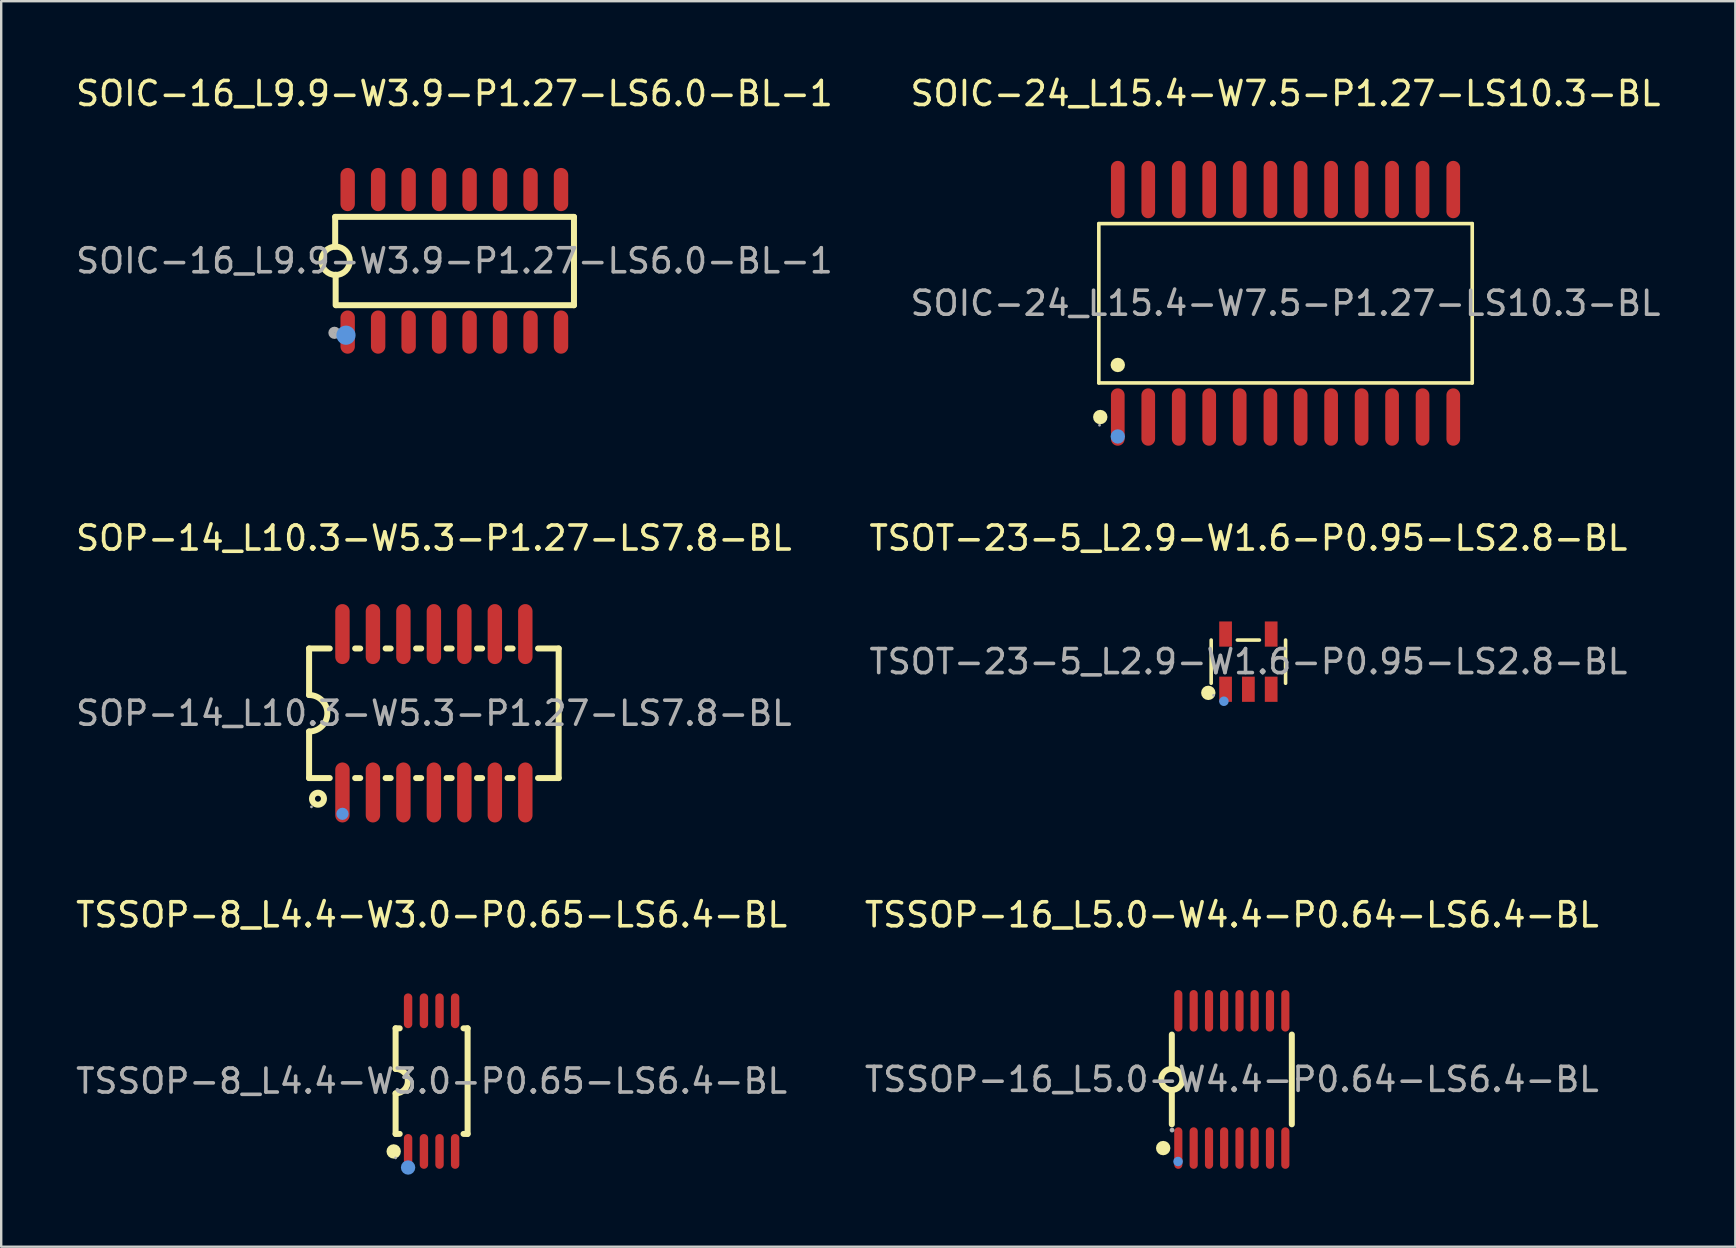
<source format=kicad_pcb>
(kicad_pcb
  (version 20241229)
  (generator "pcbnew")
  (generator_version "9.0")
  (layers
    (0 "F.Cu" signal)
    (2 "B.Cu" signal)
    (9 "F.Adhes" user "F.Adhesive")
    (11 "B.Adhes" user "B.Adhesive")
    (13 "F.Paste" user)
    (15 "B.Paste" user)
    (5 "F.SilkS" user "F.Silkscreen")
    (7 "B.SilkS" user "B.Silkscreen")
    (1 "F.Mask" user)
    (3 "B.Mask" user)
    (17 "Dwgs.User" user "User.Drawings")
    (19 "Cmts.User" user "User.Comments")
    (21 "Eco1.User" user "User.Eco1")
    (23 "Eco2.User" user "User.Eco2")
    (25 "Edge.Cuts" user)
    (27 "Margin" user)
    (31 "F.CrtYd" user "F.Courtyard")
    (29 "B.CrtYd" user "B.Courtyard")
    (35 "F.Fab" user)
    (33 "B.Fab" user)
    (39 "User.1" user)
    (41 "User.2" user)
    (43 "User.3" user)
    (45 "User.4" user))
  (footprint "TSSOP-16_L5.0-W4.4-P0.64-LS6.4-BL"
    (layer "F.Cu")
    (at 48.28 41.93)
    (property "Reference" "TSSOP-16_L5.0-W4.4-P0.64-LS6.4-BL" (at 0 -6.86 0) (layer "F.SilkS") (effects (font (size 1 1) (thickness 0.15))))
    (attr through_hole)
    (fp_line (start -2.5 -1.87) (end -2.5 -0.44) (stroke (width 0.25) (type solid)) (layer "F.SilkS"))
    (fp_line (start -2.5 1.87) (end -2.5 0.44) (stroke (width 0.25) (type solid)) (layer "F.SilkS"))
    (fp_line (start 2.5 -1.87) (end 2.5 1.87) (stroke (width 0.25) (type solid)) (layer "F.SilkS"))
    (fp_arc (start -2.492321 -0.439933) (mid -2.50384 0.439983) (end -2.5 -0.44) (stroke (width 0.25) (type solid)) (layer "F.SilkS"))
    (fp_circle (center -2.86 2.86) (end -2.71 2.86) (stroke (width 0.3) (type solid)) (fill no) (layer "F.SilkS"))
    (fp_circle (center -2.24 3.42) (end -2.14 3.42) (stroke (width 0.2) (type solid)) (fill no) (layer "Cmts.User"))
    (fp_circle (center -2.49 2.11) (end -2.44 2.11) (stroke (width 0.1) (type solid)) (fill no) (layer "F.Fab"))
    (fp_text user "${REFERENCE}" (at 0 0 0) (layer "F.Fab") (effects (font (size 1 1) (thickness 0.15))))
    (pad "1" smd oval (at -2.23 2.86) (size 0.34 1.73) (layers "F.Cu" "F.Mask" "F.Paste"))
    (pad "2" smd oval (at -1.59 2.86) (size 0.34 1.73) (layers "F.Cu" "F.Mask" "F.Paste"))
    (pad "3" smd oval (at -0.95 2.86) (size 0.34 1.73) (layers "F.Cu" "F.Mask" "F.Paste"))
    (pad "4" smd oval (at -0.32 2.86) (size 0.34 1.73) (layers "F.Cu" "F.Mask" "F.Paste"))
    (pad "5" smd oval (at 0.32 2.86) (size 0.34 1.73) (layers "F.Cu" "F.Mask" "F.Paste"))
    (pad "6" smd oval (at 0.95 2.86) (size 0.34 1.73) (layers "F.Cu" "F.Mask" "F.Paste"))
    (pad "7" smd oval (at 1.59 2.86) (size 0.34 1.73) (layers "F.Cu" "F.Mask" "F.Paste"))
    (pad "8" smd oval (at 2.23 2.86) (size 0.34 1.73) (layers "F.Cu" "F.Mask" "F.Paste"))
    (pad "9" smd oval (at 2.23 -2.86) (size 0.34 1.73) (layers "F.Cu" "F.Mask" "F.Paste"))
    (pad "10" smd oval (at 1.59 -2.86) (size 0.34 1.73) (layers "F.Cu" "F.Mask" "F.Paste"))
    (pad "11" smd oval (at 0.95 -2.86) (size 0.34 1.73) (layers "F.Cu" "F.Mask" "F.Paste"))
    (pad "12" smd oval (at 0.32 -2.86) (size 0.34 1.73) (layers "F.Cu" "F.Mask" "F.Paste"))
    (pad "13" smd oval (at -0.32 -2.86) (size 0.34 1.73) (layers "F.Cu" "F.Mask" "F.Paste"))
    (pad "14" smd oval (at -0.95 -2.86) (size 0.34 1.73) (layers "F.Cu" "F.Mask" "F.Paste"))
    (pad "15" smd oval (at -1.59 -2.86) (size 0.34 1.73) (layers "F.Cu" "F.Mask" "F.Paste"))
    (pad "16" smd oval (at -2.23 -2.86) (size 0.34 1.73) (layers "F.Cu" "F.Mask" "F.Paste")))
  (footprint "SOP-14_L10.3-W5.3-P1.27-LS7.8-BL"
    (layer "F.Cu")
    (at 15.03 26.672)
    (property "Reference" "SOP-14_L10.3-W5.3-P1.27-LS7.8-BL" (at 0 -7.3 0) (layer "F.SilkS") (effects (font (size 1 1) (thickness 0.15))))
    (attr through_hole)
    (fp_line (start -5.2 -2.7) (end -5.2 -0.76) (stroke (width 0.25) (type solid)) (layer "F.SilkS"))
    (fp_line (start -5.2 -2.7) (end -4.34 -2.7) (stroke (width 0.25) (type solid)) (layer "F.SilkS"))
    (fp_line (start -5.2 2.7) (end -5.2 0.76) (stroke (width 0.25) (type solid)) (layer "F.SilkS"))
    (fp_line (start -4.34 2.7) (end -5.2 2.7) (stroke (width 0.25) (type solid)) (layer "F.SilkS"))
    (fp_line (start -3.28 -2.7) (end -3.07 -2.7) (stroke (width 0.25) (type solid)) (layer "F.SilkS"))
    (fp_line (start -3.07 2.7) (end -3.28 2.7) (stroke (width 0.25) (type solid)) (layer "F.SilkS"))
    (fp_line (start -2.01 -2.7) (end -1.8 -2.7) (stroke (width 0.25) (type solid)) (layer "F.SilkS"))
    (fp_line (start -1.8 2.7) (end -2.01 2.7) (stroke (width 0.25) (type solid)) (layer "F.SilkS"))
    (fp_line (start -0.74 -2.7) (end -0.53 -2.7) (stroke (width 0.25) (type solid)) (layer "F.SilkS"))
    (fp_line (start -0.53 2.7) (end -0.74 2.7) (stroke (width 0.25) (type solid)) (layer "F.SilkS"))
    (fp_line (start 0.53 -2.7) (end 0.74 -2.7) (stroke (width 0.25) (type solid)) (layer "F.SilkS"))
    (fp_line (start 0.74 2.7) (end 0.53 2.7) (stroke (width 0.25) (type solid)) (layer "F.SilkS"))
    (fp_line (start 1.8 -2.7) (end 2.01 -2.7) (stroke (width 0.25) (type solid)) (layer "F.SilkS"))
    (fp_line (start 2.01 2.7) (end 1.8 2.7) (stroke (width 0.25) (type solid)) (layer "F.SilkS"))
    (fp_line (start 3.07 -2.7) (end 3.28 -2.7) (stroke (width 0.25) (type solid)) (layer "F.SilkS"))
    (fp_line (start 3.28 2.7) (end 3.07 2.7) (stroke (width 0.25) (type solid)) (layer "F.SilkS"))
    (fp_line (start 4.34 -2.7) (end 5.2 -2.7) (stroke (width 0.25) (type solid)) (layer "F.SilkS"))
    (fp_line (start 5.2 2.7) (end 4.34 2.7) (stroke (width 0.25) (type solid)) (layer "F.SilkS"))
    (fp_line (start 5.2 2.7) (end 5.2 -2.7) (stroke (width 0.25) (type solid)) (layer "F.SilkS"))
    (fp_arc (start -5.2 -0.76) (mid -4.44 0) (end -5.2 0.76) (stroke (width 0.25) (type solid)) (layer "F.SilkS"))
    (fp_circle (center -4.83 3.56) (end -4.58 3.56) (stroke (width 0.25) (type solid)) (fill no) (layer "F.SilkS"))
    (fp_circle (center -3.81 4.19) (end -3.68 4.19) (stroke (width 0.25) (type solid)) (fill no) (layer "Cmts.User"))
    (fp_circle (center -5.1 3.9) (end -5.07 3.9) (stroke (width 0.06) (type solid)) (fill no) (layer "F.Fab"))
    (fp_text user "${REFERENCE}" (at 0 0 0) (layer "F.Fab") (effects (font (size 1 1) (thickness 0.15))))
    (pad "1" smd oval (at -3.81 3.3) (size 0.6 2.5) (layers "F.Cu" "F.Mask" "F.Paste"))
    (pad "2" smd oval (at -2.54 3.3) (size 0.6 2.5) (layers "F.Cu" "F.Mask" "F.Paste"))
    (pad "3" smd oval (at -1.27 3.3) (size 0.6 2.5) (layers "F.Cu" "F.Mask" "F.Paste"))
    (pad "4" smd oval (at 0 3.3) (size 0.6 2.5) (layers "F.Cu" "F.Mask" "F.Paste"))
    (pad "5" smd oval (at 1.27 3.3) (size 0.6 2.5) (layers "F.Cu" "F.Mask" "F.Paste"))
    (pad "6" smd oval (at 2.54 3.3) (size 0.6 2.5) (layers "F.Cu" "F.Mask" "F.Paste"))
    (pad "7" smd oval (at 3.81 3.3) (size 0.6 2.5) (layers "F.Cu" "F.Mask" "F.Paste"))
    (pad "8" smd oval (at 3.81 -3.3) (size 0.6 2.5) (layers "F.Cu" "F.Mask" "F.Paste"))
    (pad "9" smd oval (at 2.54 -3.3) (size 0.6 2.5) (layers "F.Cu" "F.Mask" "F.Paste"))
    (pad "10" smd oval (at 1.27 -3.3) (size 0.6 2.5) (layers "F.Cu" "F.Mask" "F.Paste"))
    (pad "11" smd oval (at 0 -3.3) (size 0.6 2.5) (layers "F.Cu" "F.Mask" "F.Paste"))
    (pad "12" smd oval (at -1.27 -3.3) (size 0.6 2.5) (layers "F.Cu" "F.Mask" "F.Paste"))
    (pad "13" smd oval (at -2.54 -3.3) (size 0.6 2.5) (layers "F.Cu" "F.Mask" "F.Paste"))
    (pad "14" smd oval (at -3.81 -3.3) (size 0.6 2.5) (layers "F.Cu" "F.Mask" "F.Paste")))
  (footprint "TSOT-23-5_L2.9-W1.6-P0.95-LS2.8-BL"
    (layer "F.Cu")
    (at 48.97 24.521)
    (property "Reference" "TSOT-23-5_L2.9-W1.6-P0.95-LS2.8-BL" (at 0 -5.15 0) (layer "F.SilkS") (effects (font (size 1 1) (thickness 0.15))))
    (attr through_hole)
    (fp_line (start -1.55 0.9) (end -1.55 -0.9) (stroke (width 0.15) (type solid)) (layer "F.SilkS"))
    (fp_line (start 0.46 -0.9) (end -0.46 -0.9) (stroke (width 0.15) (type solid)) (layer "F.SilkS"))
    (fp_line (start 1.55 0.9) (end 1.55 -0.9) (stroke (width 0.15) (type solid)) (layer "F.SilkS"))
    (fp_circle (center -1.67 1.3) (end -1.52 1.3) (stroke (width 0.3) (type solid)) (fill no) (layer "F.SilkS"))
    (fp_circle (center -1.02 1.65) (end -0.92 1.65) (stroke (width 0.2) (type solid)) (fill no) (layer "Cmts.User"))
    (fp_circle (center -1.45 1.4) (end -1.42 1.4) (stroke (width 0.06) (type solid)) (fill no) (layer "F.Fab"))
    (fp_text user "${REFERENCE}" (at 0 0 0) (layer "F.Fab") (effects (font (size 1 1) (thickness 0.15))))
    (pad "1" smd rect (at -0.95 1.15) (size 0.53 1.05) (layers "F.Cu" "F.Mask" "F.Paste"))
    (pad "2" smd rect (at 0 1.15) (size 0.53 1.05) (layers "F.Cu" "F.Mask" "F.Paste"))
    (pad "3" smd rect (at 0.95 1.15) (size 0.53 1.05) (layers "F.Cu" "F.Mask" "F.Paste"))
    (pad "4" smd rect (at 0.95 -1.15) (size 0.53 1.05) (layers "F.Cu" "F.Mask" "F.Paste"))
    (pad "5" smd rect (at -0.95 -1.15) (size 0.53 1.05) (layers "F.Cu" "F.Mask" "F.Paste")))
  (footprint "SOIC-24_L15.4-W7.5-P1.27-LS10.3-BL"
    (layer "F.Cu")
    (at 50.518 9.588)
    (property "Reference" "SOIC-24_L15.4-W7.5-P1.27-LS10.3-BL" (at 0 -8.74 0) (layer "F.SilkS") (effects (font (size 1 1) (thickness 0.15))))
    (attr through_hole)
    (fp_line (start -7.78 -3.32) (end 7.78 -3.32) (stroke (width 0.15) (type solid)) (layer "F.SilkS"))
    (fp_line (start -7.78 3.32) (end -7.78 -3.32) (stroke (width 0.15) (type solid)) (layer "F.SilkS"))
    (fp_line (start 7.78 -3.32) (end 7.78 3.32) (stroke (width 0.15) (type solid)) (layer "F.SilkS"))
    (fp_line (start 7.78 3.32) (end -7.78 3.32) (stroke (width 0.15) (type solid)) (layer "F.SilkS"))
    (fp_circle (center -7.72 4.74) (end -7.57 4.74) (stroke (width 0.3) (type solid)) (fill no) (layer "F.SilkS"))
    (fp_circle (center -6.99 2.57) (end -6.84 2.57) (stroke (width 0.3) (type solid)) (fill no) (layer "F.SilkS"))
    (fp_circle (center -6.99 5.55) (end -6.84 5.55) (stroke (width 0.3) (type solid)) (fill no) (layer "Cmts.User"))
    (fp_circle (center -7.75 5.08) (end -7.72 5.08) (stroke (width 0.06) (type solid)) (fill no) (layer "F.Fab"))
    (fp_text user "${REFERENCE}" (at 0 0 0) (layer "F.Fab") (effects (font (size 1 1) (thickness 0.15))))
    (pad "1" smd oval (at -6.99 4.74) (size 0.57 2.39) (layers "F.Cu" "F.Mask" "F.Paste"))
    (pad "2" smd oval (at -5.72 4.74) (size 0.57 2.39) (layers "F.Cu" "F.Mask" "F.Paste"))
    (pad "3" smd oval (at -4.45 4.74) (size 0.57 2.39) (layers "F.Cu" "F.Mask" "F.Paste"))
    (pad "4" smd oval (at -3.18 4.74) (size 0.57 2.39) (layers "F.Cu" "F.Mask" "F.Paste"))
    (pad "5" smd oval (at -1.91 4.74) (size 0.57 2.39) (layers "F.Cu" "F.Mask" "F.Paste"))
    (pad "6" smd oval (at -0.63 4.74) (size 0.57 2.39) (layers "F.Cu" "F.Mask" "F.Paste"))
    (pad "7" smd oval (at 0.63 4.74) (size 0.57 2.39) (layers "F.Cu" "F.Mask" "F.Paste"))
    (pad "8" smd oval (at 1.9 4.74) (size 0.57 2.39) (layers "F.Cu" "F.Mask" "F.Paste"))
    (pad "9" smd oval (at 3.17 4.74) (size 0.57 2.39) (layers "F.Cu" "F.Mask" "F.Paste"))
    (pad "10" smd oval (at 4.44 4.74) (size 0.57 2.39) (layers "F.Cu" "F.Mask" "F.Paste"))
    (pad "11" smd oval (at 5.71 4.74) (size 0.57 2.39) (layers "F.Cu" "F.Mask" "F.Paste"))
    (pad "12" smd oval (at 6.99 4.74) (size 0.57 2.39) (layers "F.Cu" "F.Mask" "F.Paste"))
    (pad "13" smd oval (at 6.99 -4.74) (size 0.57 2.39) (layers "F.Cu" "F.Mask" "F.Paste"))
    (pad "14" smd oval (at 5.71 -4.74) (size 0.57 2.39) (layers "F.Cu" "F.Mask" "F.Paste"))
    (pad "15" smd oval (at 4.44 -4.74) (size 0.57 2.39) (layers "F.Cu" "F.Mask" "F.Paste"))
    (pad "16" smd oval (at 3.17 -4.74) (size 0.57 2.39) (layers "F.Cu" "F.Mask" "F.Paste"))
    (pad "17" smd oval (at 1.9 -4.74) (size 0.57 2.39) (layers "F.Cu" "F.Mask" "F.Paste"))
    (pad "18" smd oval (at 0.63 -4.74) (size 0.57 2.39) (layers "F.Cu" "F.Mask" "F.Paste"))
    (pad "19" smd oval (at -0.63 -4.74) (size 0.57 2.39) (layers "F.Cu" "F.Mask" "F.Paste"))
    (pad "20" smd oval (at -1.91 -4.74) (size 0.57 2.39) (layers "F.Cu" "F.Mask" "F.Paste"))
    (pad "21" smd oval (at -3.18 -4.74) (size 0.57 2.39) (layers "F.Cu" "F.Mask" "F.Paste"))
    (pad "22" smd oval (at -4.45 -4.74) (size 0.57 2.39) (layers "F.Cu" "F.Mask" "F.Paste"))
    (pad "23" smd oval (at -5.72 -4.74) (size 0.57 2.39) (layers "F.Cu" "F.Mask" "F.Paste"))
    (pad "24" smd oval (at -6.99 -4.74) (size 0.57 2.39) (layers "F.Cu" "F.Mask" "F.Paste")))
  (footprint "TSSOP-8_L4.4-W3.0-P0.65-LS6.4-BL"
    (layer "F.Cu")
    (at 14.935 42)
    (property "Reference" "TSSOP-8_L4.4-W3.0-P0.65-LS6.4-BL" (at 0 -6.93 0) (layer "F.SilkS") (effects (font (size 1 1) (thickness 0.15))))
    (attr through_hole)
    (fp_line (start -1.5 -2.2) (end -1.5 -0.51) (stroke (width 0.25) (type solid)) (layer "F.SilkS"))
    (fp_line (start -1.5 -2.2) (end -1.33 -2.2) (stroke (width 0.25) (type solid)) (layer "F.SilkS"))
    (fp_line (start -1.5 2.2) (end -1.5 0.51) (stroke (width 0.25) (type solid)) (layer "F.SilkS"))
    (fp_line (start -1.5 2.2) (end -1.33 2.2) (stroke (width 0.25) (type solid)) (layer "F.SilkS"))
    (fp_line (start 1.33 -2.2) (end 1.5 -2.2) (stroke (width 0.25) (type solid)) (layer "F.SilkS"))
    (fp_line (start 1.33 2.2) (end 1.5 2.2) (stroke (width 0.25) (type solid)) (layer "F.SilkS"))
    (fp_line (start 1.5 -2.2) (end 1.5 2.2) (stroke (width 0.25) (type solid)) (layer "F.SilkS"))
    (fp_arc (start -1.5 -0.51) (mid -0.99 0) (end -1.5 0.51) (stroke (width 0.25) (type solid)) (layer "F.SilkS"))
    (fp_circle (center -1.58 2.93) (end -1.43 2.93) (stroke (width 0.3) (type solid)) (fill no) (layer "F.SilkS"))
    (fp_circle (center -0.98 3.6) (end -0.83 3.6) (stroke (width 0.3) (type solid)) (fill no) (layer "Cmts.User"))
    (fp_circle (center -1.5 3.2) (end -1.47 3.2) (stroke (width 0.06) (type solid)) (fill no) (layer "F.Fab"))
    (fp_text user "${REFERENCE}" (at 0 0 0) (layer "F.Fab") (effects (font (size 1 1) (thickness 0.15))))
    (pad "1" smd oval (at -0.98 2.93) (size 0.35 1.45) (layers "F.Cu" "F.Mask" "F.Paste"))
    (pad "2" smd oval (at -0.32 2.93) (size 0.35 1.45) (layers "F.Cu" "F.Mask" "F.Paste"))
    (pad "3" smd oval (at 0.33 2.93) (size 0.35 1.45) (layers "F.Cu" "F.Mask" "F.Paste"))
    (pad "4" smd oval (at 0.98 2.93) (size 0.35 1.45) (layers "F.Cu" "F.Mask" "F.Paste"))
    (pad "5" smd oval (at 0.98 -2.93) (size 0.35 1.45) (layers "F.Cu" "F.Mask" "F.Paste"))
    (pad "6" smd oval (at 0.33 -2.93) (size 0.35 1.45) (layers "F.Cu" "F.Mask" "F.Paste"))
    (pad "7" smd oval (at -0.32 -2.93) (size 0.35 1.45) (layers "F.Cu" "F.Mask" "F.Paste"))
    (pad "8" smd oval (at -0.98 -2.93) (size 0.35 1.45) (layers "F.Cu" "F.Mask" "F.Paste")))
  (footprint "SOIC-16_L9.9-W3.9-P1.27-LS6.0-BL-1"
    (layer "F.Cu")
    (at 15.887 7.818)
    (property "Reference" "SOIC-16_L9.9-W3.9-P1.27-LS6.0-BL-1" (at 0 -6.97 0) (layer "F.SilkS") (effects (font (size 1 1) (thickness 0.15))))
    (attr through_hole)
    (fp_line (start -4.97 -1.83) (end -4.97 -0.59) (stroke (width 0.25) (type solid)) (layer "F.SilkS"))
    (fp_line (start -4.95 0.58) (end -4.95 1.85) (stroke (width 0.25) (type solid)) (layer "F.SilkS"))
    (fp_line (start -4.92 1.85) (end 4.98 1.85) (stroke (width 0.25) (type solid)) (layer "F.SilkS"))
    (fp_line (start 4.98 -1.83) (end -4.97 -1.83) (stroke (width 0.25) (type solid)) (layer "F.SilkS"))
    (fp_line (start 4.98 1.85) (end 4.98 -1.83) (stroke (width 0.25) (type solid)) (layer "F.SilkS"))
    (fp_arc (start -4.939703 -0.58991) (mid -4.955149 0.589977) (end -4.95 -0.59) (stroke (width 0.25) (type solid)) (layer "F.SilkS"))
    (fp_circle (center -4.52 3.1) (end -4.32 3.1) (stroke (width 0.4) (type solid)) (fill no) (layer "Cmts.User"))
    (fp_circle (center -5 3) (end -4.87 3) (stroke (width 0.25) (type solid)) (fill no) (layer "F.Fab"))
    (fp_text user "${REFERENCE}" (at 0 0 0) (layer "F.Fab") (effects (font (size 1 1) (thickness 0.15))))
    (pad "1" smd oval (at -4.45 2.97 180) (size 0.6 1.8) (layers "F.Cu" "F.Mask" "F.Paste"))
    (pad "2" smd oval (at -3.18 2.97 180) (size 0.6 1.8) (layers "F.Cu" "F.Mask" "F.Paste"))
    (pad "3" smd oval (at -1.91 2.97 180) (size 0.6 1.8) (layers "F.Cu" "F.Mask" "F.Paste"))
    (pad "4" smd oval (at -0.64 2.97 180) (size 0.6 1.8) (layers "F.Cu" "F.Mask" "F.Paste"))
    (pad "5" smd oval (at 0.63 2.97 180) (size 0.6 1.8) (layers "F.Cu" "F.Mask" "F.Paste"))
    (pad "6" smd oval (at 1.9 2.97 180) (size 0.6 1.8) (layers "F.Cu" "F.Mask" "F.Paste"))
    (pad "7" smd oval (at 3.17 2.97 180) (size 0.6 1.8) (layers "F.Cu" "F.Mask" "F.Paste"))
    (pad "8" smd oval (at 4.44 2.97 180) (size 0.6 1.8) (layers "F.Cu" "F.Mask" "F.Paste"))
    (pad "9" smd oval (at 4.44 -2.97 180) (size 0.6 1.8) (layers "F.Cu" "F.Mask" "F.Paste"))
    (pad "10" smd oval (at 3.17 -2.97 180) (size 0.6 1.8) (layers "F.Cu" "F.Mask" "F.Paste"))
    (pad "11" smd oval (at 1.9 -2.97 180) (size 0.6 1.8) (layers "F.Cu" "F.Mask" "F.Paste"))
    (pad "12" smd oval (at 0.63 -2.97 180) (size 0.6 1.8) (layers "F.Cu" "F.Mask" "F.Paste"))
    (pad "13" smd oval (at -0.64 -2.97 180) (size 0.6 1.8) (layers "F.Cu" "F.Mask" "F.Paste"))
    (pad "14" smd oval (at -1.91 -2.97 180) (size 0.6 1.8) (layers "F.Cu" "F.Mask" "F.Paste"))
    (pad "15" smd oval (at -3.18 -2.97 180) (size 0.6 1.8) (layers "F.Cu" "F.Mask" "F.Paste"))
    (pad "16" smd oval (at -4.45 -2.97 180) (size 0.6 1.8) (layers "F.Cu" "F.Mask" "F.Paste")))
  (gr_rect
    (start -3 -3)
    (end 69.262 48.9)
    (stroke (width 0.1) (type default))
    (fill no)
    (layer "Edge.Cuts")))
</source>
